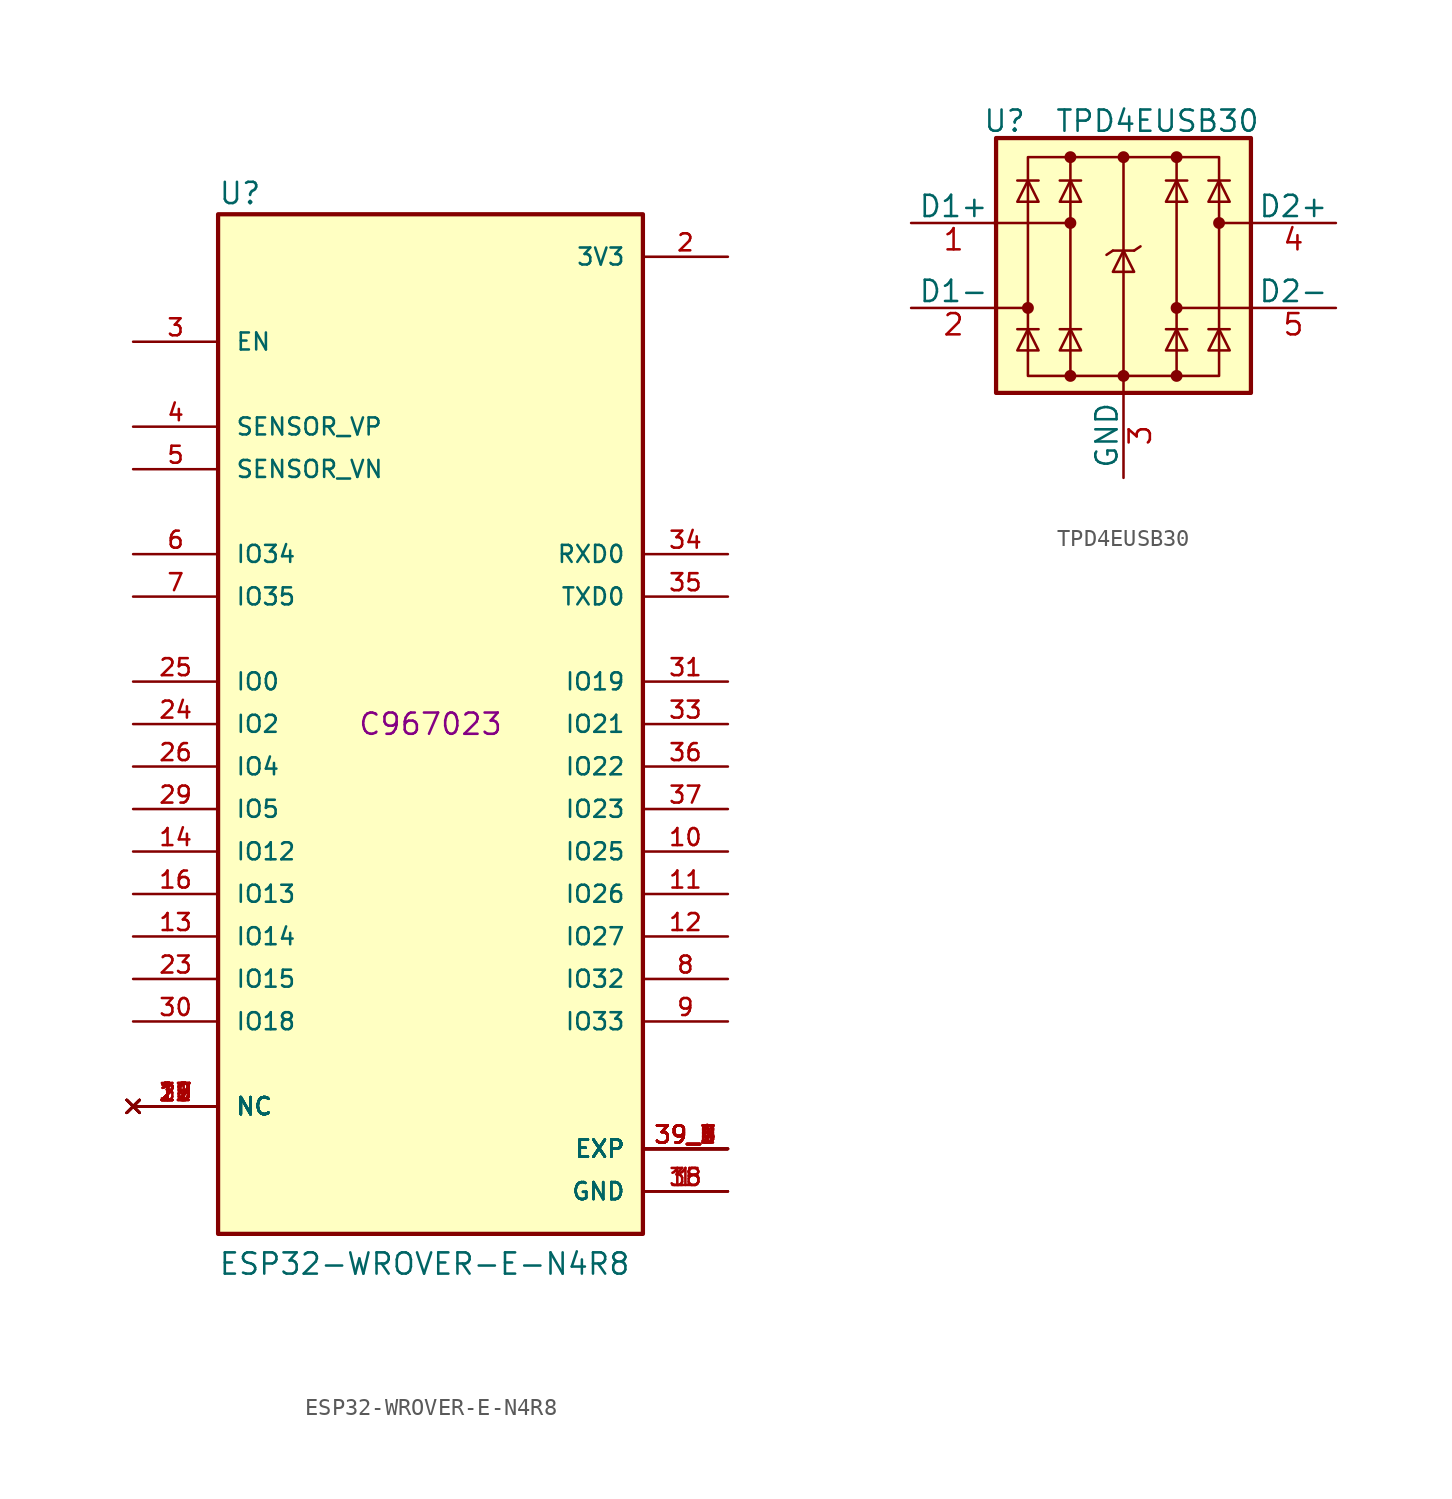
<source format=kicad_sym>
(kicad_symbol_lib
  (version 20241209)
  (generator "kicad_symbol_editor")
  (generator_version "9.0")
  (symbol "ESP32-WROVER-E-N4R8"
    (pin_names
      (offset 1.016))
    (property "Reference" "U"
      (at -12.7 30.988 0)
      (effects (font (size 1.27 1.27)) (justify left bottom)))
    (property "Value" "ESP32-WROVER-E-N4R8"
      (at -12.7 -33.02 0)
      (effects (font (size 1.27 1.27)) (justify left bottom)))
    (property "JLCPCB Part #" "C967023"
      (at 0 0 0)
      (effects (font (size 1.27 1.27))))
    (symbol "ESP32-WROVER-E-N4R8_0_0"
      (rectangle (start -12.7 30.48) (end 12.7 -30.48) (stroke (width 0.254) (type default)) (fill (type background)))
      (pin input line (at -17.78 22.86 0) (length 5.08) (name "EN" (effects (font (size 1.016 1.016)))) (number "3" (effects (font (size 1.016 1.016)))))
      (pin input line (at -17.78 17.78 0) (length 5.08) (name "SENSOR_VP" (effects (font (size 1.016 1.016)))) (number "4" (effects (font (size 1.016 1.016)))))
      (pin input line (at -17.78 15.24 0) (length 5.08) (name "SENSOR_VN" (effects (font (size 1.016 1.016)))) (number "5" (effects (font (size 1.016 1.016)))))
      (pin input line (at -17.78 10.16 0) (length 5.08) (name "IO34" (effects (font (size 1.016 1.016)))) (number "6" (effects (font (size 1.016 1.016)))))
      (pin input line (at -17.78 7.62 0) (length 5.08) (name "IO35" (effects (font (size 1.016 1.016)))) (number "7" (effects (font (size 1.016 1.016)))))
      (pin bidirectional line (at -17.78 2.54 0) (length 5.08) (name "IO0" (effects (font (size 1.016 1.016)))) (number "25" (effects (font (size 1.016 1.016)))))
      (pin bidirectional line (at -17.78 0 0) (length 5.08) (name "IO2" (effects (font (size 1.016 1.016)))) (number "24" (effects (font (size 1.016 1.016)))))
      (pin bidirectional line (at -17.78 -2.54 0) (length 5.08) (name "IO4" (effects (font (size 1.016 1.016)))) (number "26" (effects (font (size 1.016 1.016)))))
      (pin bidirectional line (at -17.78 -5.08 0) (length 5.08) (name "IO5" (effects (font (size 1.016 1.016)))) (number "29" (effects (font (size 1.016 1.016)))))
      (pin bidirectional line (at -17.78 -7.62 0) (length 5.08) (name "IO12" (effects (font (size 1.016 1.016)))) (number "14" (effects (font (size 1.016 1.016)))))
      (pin bidirectional line (at -17.78 -10.16 0) (length 5.08) (name "IO13" (effects (font (size 1.016 1.016)))) (number "16" (effects (font (size 1.016 1.016)))))
      (pin bidirectional line (at -17.78 -12.7 0) (length 5.08) (name "IO14" (effects (font (size 1.016 1.016)))) (number "13" (effects (font (size 1.016 1.016)))))
      (pin bidirectional line (at -17.78 -15.24 0) (length 5.08) (name "IO15" (effects (font (size 1.016 1.016)))) (number "23" (effects (font (size 1.016 1.016)))))
      (pin bidirectional line (at -17.78 -17.78 0) (length 5.08) (name "IO18" (effects (font (size 1.016 1.016)))) (number "30" (effects (font (size 1.016 1.016)))))
      (pin no_connect line (at -17.78 -22.86 0) (length 5.08) (name "NC" (effects (font (size 1.016 1.016)))) (number "17" (effects (font (size 1.016 1.016)))))
      (pin no_connect line (at -17.78 -22.86 0) (length 5.08) (name "NC" (effects (font (size 1.016 1.016)))) (number "18" (effects (font (size 1.016 1.016)))))
      (pin no_connect line (at -17.78 -22.86 0) (length 5.08) (name "NC" (effects (font (size 1.016 1.016)))) (number "19" (effects (font (size 1.016 1.016)))))
      (pin no_connect line (at -17.78 -22.86 0) (length 5.08) (name "NC" (effects (font (size 1.016 1.016)))) (number "20" (effects (font (size 1.016 1.016)))))
      (pin no_connect line (at -17.78 -22.86 0) (length 5.08) (name "NC" (effects (font (size 1.016 1.016)))) (number "21" (effects (font (size 1.016 1.016)))))
      (pin no_connect line (at -17.78 -22.86 0) (length 5.08) (name "NC" (effects (font (size 1.016 1.016)))) (number "22" (effects (font (size 1.016 1.016)))))
      (pin no_connect line (at -17.78 -22.86 0) (length 5.08) (name "NC" (effects (font (size 1.016 1.016)))) (number "27" (effects (font (size 1.016 1.016)))))
      (pin no_connect line (at -17.78 -22.86 0) (length 5.08) (name "NC" (effects (font (size 1.016 1.016)))) (number "28" (effects (font (size 1.016 1.016)))))
      (pin no_connect line (at -17.78 -22.86 0) (length 5.08) (name "NC" (effects (font (size 1.016 1.016)))) (number "32" (effects (font (size 1.016 1.016)))))
      (pin power_in line (at 17.78 27.94 180) (length 5.08) (name "3V3" (effects (font (size 1.016 1.016)))) (number "2" (effects (font (size 1.016 1.016)))))
      (pin bidirectional line (at 17.78 10.16 180) (length 5.08) (name "RXD0" (effects (font (size 1.016 1.016)))) (number "34" (effects (font (size 1.016 1.016)))))
      (pin bidirectional line (at 17.78 7.62 180) (length 5.08) (name "TXD0" (effects (font (size 1.016 1.016)))) (number "35" (effects (font (size 1.016 1.016)))))
      (pin bidirectional line (at 17.78 2.54 180) (length 5.08) (name "IO19" (effects (font (size 1.016 1.016)))) (number "31" (effects (font (size 1.016 1.016)))))
      (pin bidirectional line (at 17.78 0 180) (length 5.08) (name "IO21" (effects (font (size 1.016 1.016)))) (number "33" (effects (font (size 1.016 1.016)))))
      (pin bidirectional line (at 17.78 -2.54 180) (length 5.08) (name "IO22" (effects (font (size 1.016 1.016)))) (number "36" (effects (font (size 1.016 1.016)))))
      (pin bidirectional line (at 17.78 -5.08 180) (length 5.08) (name "IO23" (effects (font (size 1.016 1.016)))) (number "37" (effects (font (size 1.016 1.016)))))
      (pin bidirectional line (at 17.78 -7.62 180) (length 5.08) (name "IO25" (effects (font (size 1.016 1.016)))) (number "10" (effects (font (size 1.016 1.016)))))
      (pin bidirectional line (at 17.78 -10.16 180) (length 5.08) (name "IO26" (effects (font (size 1.016 1.016)))) (number "11" (effects (font (size 1.016 1.016)))))
      (pin bidirectional line (at 17.78 -12.7 180) (length 5.08) (name "IO27" (effects (font (size 1.016 1.016)))) (number "12" (effects (font (size 1.016 1.016)))))
      (pin bidirectional line (at 17.78 -15.24 180) (length 5.08) (name "IO32" (effects (font (size 1.016 1.016)))) (number "8" (effects (font (size 1.016 1.016)))))
      (pin bidirectional line (at 17.78 -17.78 180) (length 5.08) (name "IO33" (effects (font (size 1.016 1.016)))) (number "9" (effects (font (size 1.016 1.016)))))
      (pin power_in line (at 17.78 -25.4 180) (length 5.08) (name "EXP" (effects (font (size 1.016 1.016)))) (number "39_1" (effects (font (size 1.016 1.016)))))
      (pin power_in line (at 17.78 -25.4 180) (length 5.08) (name "EXP" (effects (font (size 1.016 1.016)))) (number "39_2" (effects (font (size 1.016 1.016)))))
      (pin power_in line (at 17.78 -25.4 180) (length 5.08) (name "EXP" (effects (font (size 1.016 1.016)))) (number "39_3" (effects (font (size 1.016 1.016)))))
      (pin power_in line (at 17.78 -25.4 180) (length 5.08) (name "EXP" (effects (font (size 1.016 1.016)))) (number "39_4" (effects (font (size 1.016 1.016)))))
      (pin power_in line (at 17.78 -25.4 180) (length 5.08) (name "EXP" (effects (font (size 1.016 1.016)))) (number "39_5" (effects (font (size 1.016 1.016)))))
      (pin power_in line (at 17.78 -25.4 180) (length 5.08) (name "EXP" (effects (font (size 1.016 1.016)))) (number "39_6" (effects (font (size 1.016 1.016)))))
      (pin power_in line (at 17.78 -25.4 180) (length 5.08) (name "EXP" (effects (font (size 1.016 1.016)))) (number "39_7" (effects (font (size 1.016 1.016)))))
      (pin power_in line (at 17.78 -25.4 180) (length 5.08) (name "EXP" (effects (font (size 1.016 1.016)))) (number "39_8" (effects (font (size 1.016 1.016)))))
      (pin power_in line (at 17.78 -25.4 180) (length 5.08) (name "EXP" (effects (font (size 1.016 1.016)))) (number "39_9" (effects (font (size 1.016 1.016)))))
      (pin power_in line (at 17.78 -27.94 180) (length 5.08) (name "GND" (effects (font (size 1.016 1.016)))) (number "1" (effects (font (size 1.016 1.016)))))
      (pin power_in line (at 17.78 -27.94 180) (length 5.08) (name "GND" (effects (font (size 1.016 1.016)))) (number "15" (effects (font (size 1.016 1.016)))))
      (pin power_in line (at 17.78 -27.94 180) (length 5.08) (name "GND" (effects (font (size 1.016 1.016)))) (number "38" (effects (font (size 1.016 1.016)))))))
  (symbol "TPD4EUSB30"
    (pin_names
      (offset 0))
    (property "Reference" "U"
      (at -7.112 8.636 0)
      (effects (font (size 1.27 1.27))))
    (property "Value" "TPD4EUSB30"
      (at 2.032 8.636 0)
      (effects (font (size 1.27 1.27))))
    (symbol "TPD4EUSB30_0_0"
      (rectangle (start -5.715 6.477) (end 5.715 -6.604) (stroke (width 0) (type default)) (fill (type none)))
      (polyline (pts (xy -3.175 -6.604) (xy -3.175 6.477)) (stroke (width 0) (type default)) (fill (type none)))
      (polyline (pts (xy 0 6.477) (xy 0 -6.604)) (stroke (width 0) (type default)) (fill (type none)))
      (polyline (pts (xy 3.175 6.477) (xy 3.175 -6.604)) (stroke (width 0) (type default)) (fill (type none))))
    (symbol "TPD4EUSB30_0_1"
      (polyline (pts (xy -7.747 2.54) (xy -3.175 2.54)) (stroke (width 0) (type default)) (fill (type none)))
      (rectangle (start -7.62 7.62) (end 7.62 -7.62) (stroke (width 0.254) (type default)) (fill (type background)))
      (polyline (pts (xy -7.62 -2.54) (xy -5.715 -2.54)) (stroke (width 0) (type default)) (fill (type none)))
      (circle (center -5.715 -2.54) (radius 0.279) (stroke (width 0) (type default)) (fill (type outline)))
      (polyline (pts (xy -5.08 5.08) (xy -6.35 5.08)) (stroke (width 0) (type default)) (fill (type none)))
      (polyline (pts (xy -5.08 3.81) (xy -6.35 3.81) (xy -5.715 5.08) (xy -5.08 3.81)) (stroke (width 0) (type default)) (fill (type none)))
      (polyline (pts (xy -5.08 -3.81) (xy -6.35 -3.81)) (stroke (width 0) (type default)) (fill (type none)))
      (polyline (pts (xy -5.08 -5.08) (xy -6.35 -5.08) (xy -5.715 -3.81) (xy -5.08 -5.08)) (stroke (width 0) (type default)) (fill (type none)))
      (circle (center -3.175 6.477) (radius 0.279) (stroke (width 0) (type default)) (fill (type outline)))
      (circle (center -3.175 2.54) (radius 0.279) (stroke (width 0) (type default)) (fill (type outline)))
      (circle (center -3.175 -6.604) (radius 0.279) (stroke (width 0) (type default)) (fill (type outline)))
      (polyline (pts (xy -2.54 5.08) (xy -3.81 5.08)) (stroke (width 0) (type default)) (fill (type none)))
      (polyline (pts (xy -2.54 3.81) (xy -3.81 3.81) (xy -3.175 5.08) (xy -2.54 3.81)) (stroke (width 0) (type default)) (fill (type none)))
      (polyline (pts (xy -2.54 -3.81) (xy -3.81 -3.81)) (stroke (width 0) (type default)) (fill (type none)))
      (polyline (pts (xy -2.54 -5.08) (xy -3.81 -5.08) (xy -3.175 -3.81) (xy -2.54 -5.08)) (stroke (width 0) (type default)) (fill (type none)))
      (polyline (pts (xy -0.635 0.889) (xy -1.016 0.635)) (stroke (width 0) (type default)) (fill (type none)))
      (circle (center 0 6.477) (radius 0.279) (stroke (width 0) (type default)) (fill (type outline)))
      (polyline (pts (xy 0 -6.604) (xy 0 -7.62)) (stroke (width 0) (type default)) (fill (type none)))
      (circle (center 0 -6.604) (radius 0.279) (stroke (width 0) (type default)) (fill (type outline)))
      (polyline (pts (xy 0.635 0.889) (xy -0.635 0.889)) (stroke (width 0) (type default)) (fill (type none)))
      (polyline (pts (xy 0.635 0.889) (xy 1.016 1.143)) (stroke (width 0) (type default)) (fill (type none)))
      (polyline (pts (xy 0.635 -0.381) (xy -0.635 -0.381) (xy 0 0.889) (xy 0.635 -0.381)) (stroke (width 0) (type default)) (fill (type none)))
      (circle (center 3.175 6.477) (radius 0.279) (stroke (width 0) (type default)) (fill (type outline)))
      (circle (center 3.175 -2.54) (radius 0.279) (stroke (width 0) (type default)) (fill (type outline)))
      (circle (center 3.175 -6.604) (radius 0.279) (stroke (width 0) (type default)) (fill (type outline)))
      (polyline (pts (xy 3.81 5.08) (xy 2.54 5.08)) (stroke (width 0) (type default)) (fill (type none)))
      (polyline (pts (xy 3.81 3.81) (xy 2.54 3.81) (xy 3.175 5.08) (xy 3.81 3.81)) (stroke (width 0) (type default)) (fill (type none)))
      (polyline (pts (xy 3.81 -3.81) (xy 2.54 -3.81)) (stroke (width 0) (type default)) (fill (type none)))
      (polyline (pts (xy 3.81 -5.08) (xy 2.54 -5.08) (xy 3.175 -3.81) (xy 3.81 -5.08)) (stroke (width 0) (type default)) (fill (type none)))
      (circle (center 5.715 2.54) (radius 0.279) (stroke (width 0) (type default)) (fill (type outline)))
      (polyline (pts (xy 6.35 5.08) (xy 5.08 5.08)) (stroke (width 0) (type default)) (fill (type none)))
      (polyline (pts (xy 6.35 3.81) (xy 5.08 3.81) (xy 5.715 5.08) (xy 6.35 3.81)) (stroke (width 0) (type default)) (fill (type none)))
      (polyline (pts (xy 6.35 -3.81) (xy 5.08 -3.81)) (stroke (width 0) (type default)) (fill (type none)))
      (polyline (pts (xy 6.35 -5.08) (xy 5.08 -5.08) (xy 5.715 -3.81) (xy 6.35 -5.08)) (stroke (width 0) (type default)) (fill (type none)))
      (polyline (pts (xy 7.62 2.54) (xy 5.715 2.54)) (stroke (width 0) (type default)) (fill (type none)))
      (polyline (pts (xy 7.62 -2.54) (xy 3.175 -2.54)) (stroke (width 0) (type default)) (fill (type none))))
    (symbol "TPD4EUSB30_1_1"
      (pin passive line (at -12.7 2.54 0) (length 5.08) (name "D1+" (effects (font (size 1.27 1.27)))) (number "1" (effects (font (size 1.27 1.27)))))
      (pin passive line (at -12.7 2.54 0) (length 5.08) (hide yes) (name "~" (effects (font (size 1.27 1.27)))) (number "10" (effects (font (size 1.27 1.27)))))
      (pin passive line (at -12.7 -2.54 0) (length 5.08) (name "D1-" (effects (font (size 1.27 1.27)))) (number "2" (effects (font (size 1.27 1.27)))))
      (pin passive line (at -12.7 -2.54 0) (length 5.08) (hide yes) (name "~" (effects (font (size 1.27 1.27)))) (number "9" (effects (font (size 1.27 1.27)))))
      (pin power_in line (at 0 -12.7 90) (length 5.08) (name "GND" (effects (font (size 1.27 1.27)))) (number "3" (effects (font (size 1.27 1.27)))))
      (pin passive line (at 0 -12.7 90) (length 5.08) (hide yes) (name "GND" (effects (font (size 1.27 1.27)))) (number "8" (effects (font (size 1.27 1.27)))))
      (pin passive line (at 12.7 2.54 180) (length 5.08) (name "D2+" (effects (font (size 1.27 1.27)))) (number "4" (effects (font (size 1.27 1.27)))))
      (pin passive line (at 12.7 2.54 180) (length 5.08) (hide yes) (name "~" (effects (font (size 1.27 1.27)))) (number "7" (effects (font (size 1.27 1.27)))))
      (pin passive line (at 12.7 -2.54 180) (length 5.08) (name "D2-" (effects (font (size 1.27 1.27)))) (number "5" (effects (font (size 1.27 1.27)))))
      (pin passive line (at 12.7 -2.54 180) (length 5.08) (hide yes) (name "~" (effects (font (size 1.27 1.27)))) (number "6" (effects (font (size 1.27 1.27))))))))
</source>
